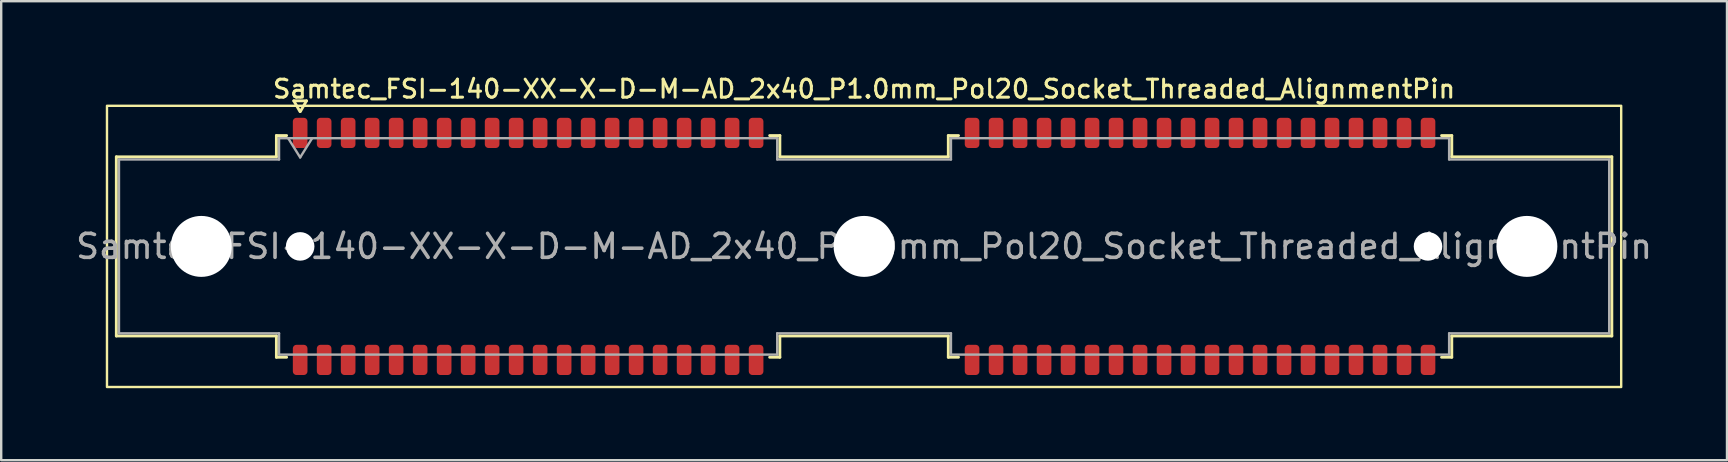
<source format=kicad_pcb>
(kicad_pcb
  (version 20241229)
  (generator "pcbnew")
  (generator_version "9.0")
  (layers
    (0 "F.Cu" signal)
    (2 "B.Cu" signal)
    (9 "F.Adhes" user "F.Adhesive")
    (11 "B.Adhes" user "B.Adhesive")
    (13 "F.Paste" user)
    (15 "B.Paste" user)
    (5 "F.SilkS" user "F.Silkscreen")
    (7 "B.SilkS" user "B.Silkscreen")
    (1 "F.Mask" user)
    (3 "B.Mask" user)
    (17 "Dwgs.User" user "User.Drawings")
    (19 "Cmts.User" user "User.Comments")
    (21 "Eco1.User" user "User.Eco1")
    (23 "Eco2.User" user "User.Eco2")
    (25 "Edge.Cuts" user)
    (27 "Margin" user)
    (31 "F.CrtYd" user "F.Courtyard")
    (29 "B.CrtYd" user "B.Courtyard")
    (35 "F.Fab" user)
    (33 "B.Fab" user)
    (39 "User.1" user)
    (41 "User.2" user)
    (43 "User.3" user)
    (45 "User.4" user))
  (footprint "Samtec_FSI-140-XX-X-D-M-AD_2x40_P1.0mm_Pol20_Socket_Threaded_AlignmentPin"
    (layer "F.Cu")
    (at 32.958 7.218)
    (property "Reference" "Samtec_FSI-140-XX-X-D-M-AD_2x40_P1.0mm_Pol20_Socket_Threaded_AlignmentPin" (at 0 -6.56 0) (layer "F.SilkS") (effects (font (size 0.75 0.75) (thickness 0.125))))
    (attr smd)
    (fp_line (start -31.16 -3.733) (end -24.49 -3.733) (stroke (width 0.12) (type solid)) (layer "F.SilkS"))
    (fp_line (start -31.16 3.733) (end -31.16 -3.733) (stroke (width 0.12) (type solid)) (layer "F.SilkS"))
    (fp_line (start -24.49 -4.619) (end -24.065 -4.619) (stroke (width 0.12) (type solid)) (layer "F.SilkS"))
    (fp_line (start -24.49 -3.733) (end -24.49 -4.619) (stroke (width 0.12) (type solid)) (layer "F.SilkS"))
    (fp_line (start -24.49 3.733) (end -31.16 3.733) (stroke (width 0.12) (type solid)) (layer "F.SilkS"))
    (fp_line (start -24.49 4.619) (end -24.49 3.733) (stroke (width 0.12) (type solid)) (layer "F.SilkS"))
    (fp_line (start -24.065 4.619) (end -24.49 4.619) (stroke (width 0.12) (type solid)) (layer "F.SilkS"))
    (fp_line (start -23.764 -6.066) (end -23.507 -5.62) (stroke (width 0.12) (type solid)) (layer "F.SilkS"))
    (fp_line (start -23.493 -5.62) (end -23.236 -6.066) (stroke (width 0.12) (type solid)) (layer "F.SilkS"))
    (fp_line (start -23.236 -6.066) (end -23.764 -6.066) (stroke (width 0.12) (type solid)) (layer "F.SilkS"))
    (fp_line (start -3.935 -4.619) (end -3.51 -4.619) (stroke (width 0.12) (type solid)) (layer "F.SilkS"))
    (fp_line (start -3.51 -4.619) (end -3.51 -3.733) (stroke (width 0.12) (type solid)) (layer "F.SilkS"))
    (fp_line (start -3.51 -3.733) (end 3.51 -3.733) (stroke (width 0.12) (type solid)) (layer "F.SilkS"))
    (fp_line (start -3.51 3.733) (end -3.51 4.619) (stroke (width 0.12) (type solid)) (layer "F.SilkS"))
    (fp_line (start -3.51 4.619) (end -3.935 4.619) (stroke (width 0.12) (type solid)) (layer "F.SilkS"))
    (fp_line (start 3.51 -4.619) (end 3.935 -4.619) (stroke (width 0.12) (type solid)) (layer "F.SilkS"))
    (fp_line (start 3.51 -3.733) (end 3.51 -4.619) (stroke (width 0.12) (type solid)) (layer "F.SilkS"))
    (fp_line (start 3.51 3.733) (end -3.51 3.733) (stroke (width 0.12) (type solid)) (layer "F.SilkS"))
    (fp_line (start 3.51 4.619) (end 3.51 3.733) (stroke (width 0.12) (type solid)) (layer "F.SilkS"))
    (fp_line (start 3.935 4.619) (end 3.51 4.619) (stroke (width 0.12) (type solid)) (layer "F.SilkS"))
    (fp_line (start 24.065 -4.619) (end 24.49 -4.619) (stroke (width 0.12) (type solid)) (layer "F.SilkS"))
    (fp_line (start 24.49 -4.619) (end 24.49 -3.733) (stroke (width 0.12) (type solid)) (layer "F.SilkS"))
    (fp_line (start 24.49 -3.733) (end 31.16 -3.733) (stroke (width 0.12) (type solid)) (layer "F.SilkS"))
    (fp_line (start 24.49 3.733) (end 24.49 4.619) (stroke (width 0.12) (type solid)) (layer "F.SilkS"))
    (fp_line (start 24.49 4.619) (end 24.065 4.619) (stroke (width 0.12) (type solid)) (layer "F.SilkS"))
    (fp_line (start 31.16 -3.733) (end 31.16 3.733) (stroke (width 0.12) (type solid)) (layer "F.SilkS"))
    (fp_line (start 31.16 3.733) (end 24.49 3.733) (stroke (width 0.12) (type solid)) (layer "F.SilkS"))
    (fp_rect (start -31.55 -5.86) (end 31.55 5.86) (stroke (width 0.1) (type solid)) (fill no) (layer "F.SilkS"))
    (fp_line (start -31.05 -3.623) (end -24.38 -3.623) (stroke (width 0.1) (type solid)) (layer "F.Fab"))
    (fp_line (start -31.05 3.623) (end -31.05 -3.623) (stroke (width 0.1) (type solid)) (layer "F.Fab"))
    (fp_line (start -24.38 -4.508) (end -3.62 -4.508) (stroke (width 0.1) (type solid)) (layer "F.Fab"))
    (fp_line (start -24.38 -3.623) (end -24.38 -4.508) (stroke (width 0.1) (type solid)) (layer "F.Fab"))
    (fp_line (start -24.38 3.623) (end -31.05 3.623) (stroke (width 0.1) (type solid)) (layer "F.Fab"))
    (fp_line (start -24.38 4.508) (end -24.38 3.623) (stroke (width 0.1) (type solid)) (layer "F.Fab"))
    (fp_line (start -24 -4.508) (end -23.5 -3.708) (stroke (width 0.1) (type solid)) (layer "F.Fab"))
    (fp_line (start -23.5 -3.708) (end -23 -4.508) (stroke (width 0.1) (type solid)) (layer "F.Fab"))
    (fp_line (start -3.62 -4.508) (end -3.62 -3.623) (stroke (width 0.1) (type solid)) (layer "F.Fab"))
    (fp_line (start -3.62 -3.623) (end 3.62 -3.623) (stroke (width 0.1) (type solid)) (layer "F.Fab"))
    (fp_line (start -3.62 3.623) (end -3.62 4.508) (stroke (width 0.1) (type solid)) (layer "F.Fab"))
    (fp_line (start -3.62 4.508) (end -24.38 4.508) (stroke (width 0.1) (type solid)) (layer "F.Fab"))
    (fp_line (start 3.62 -4.508) (end 24.38 -4.508) (stroke (width 0.1) (type solid)) (layer "F.Fab"))
    (fp_line (start 3.62 -3.623) (end 3.62 -4.508) (stroke (width 0.1) (type solid)) (layer "F.Fab"))
    (fp_line (start 3.62 3.623) (end -3.62 3.623) (stroke (width 0.1) (type solid)) (layer "F.Fab"))
    (fp_line (start 3.62 4.508) (end 3.62 3.623) (stroke (width 0.1) (type solid)) (layer "F.Fab"))
    (fp_line (start 24.38 -4.508) (end 24.38 -3.623) (stroke (width 0.1) (type solid)) (layer "F.Fab"))
    (fp_line (start 24.38 -3.623) (end 31.05 -3.623) (stroke (width 0.1) (type solid)) (layer "F.Fab"))
    (fp_line (start 24.38 3.623) (end 24.38 4.508) (stroke (width 0.1) (type solid)) (layer "F.Fab"))
    (fp_line (start 24.38 4.508) (end 3.62 4.508) (stroke (width 0.1) (type solid)) (layer "F.Fab"))
    (fp_line (start 31.05 -3.623) (end 31.05 3.623) (stroke (width 0.1) (type solid)) (layer "F.Fab"))
    (fp_line (start 31.05 3.623) (end 24.38 3.623) (stroke (width 0.1) (type solid)) (layer "F.Fab"))
    (fp_text user "${REFERENCE}" (at 0 0 0) (layer "F.Fab") (effects (font (size 1 1) (thickness 0.15))))
    (pad "" np_thru_hole circle (at -27.62 0) (size 2.54 2.54) (drill 2.54) (layers "*.Cu" "*.Mask"))
    (pad "" np_thru_hole circle (at -23.5 0) (size 1.19 1.19) (drill 1.19) (layers "*.Cu" "*.Mask"))
    (pad "" np_thru_hole circle (at 0 0) (size 2.54 2.54) (drill 2.54) (layers "*.Cu" "*.Mask"))
    (pad "" np_thru_hole circle (at 23.5 0) (size 1.19 1.19) (drill 1.19) (layers "*.Cu" "*.Mask"))
    (pad "" np_thru_hole circle (at 27.62 0) (size 2.54 2.54) (drill 2.54) (layers "*.Cu" "*.Mask"))
    (pad "1" smd roundrect (at -23.5 -4.73) (size 0.61 1.26) (layers "F.Cu" "F.Mask" "F.Paste") (roundrect_rratio 0.25))
    (pad "2" smd roundrect (at -23.5 4.73) (size 0.61 1.26) (layers "F.Cu" "F.Mask" "F.Paste") (roundrect_rratio 0.25))
    (pad "3" smd roundrect (at -22.5 -4.73) (size 0.61 1.26) (layers "F.Cu" "F.Mask" "F.Paste") (roundrect_rratio 0.25))
    (pad "4" smd roundrect (at -22.5 4.73) (size 0.61 1.26) (layers "F.Cu" "F.Mask" "F.Paste") (roundrect_rratio 0.25))
    (pad "5" smd roundrect (at -21.5 -4.73) (size 0.61 1.26) (layers "F.Cu" "F.Mask" "F.Paste") (roundrect_rratio 0.25))
    (pad "6" smd roundrect (at -21.5 4.73) (size 0.61 1.26) (layers "F.Cu" "F.Mask" "F.Paste") (roundrect_rratio 0.25))
    (pad "7" smd roundrect (at -20.5 -4.73) (size 0.61 1.26) (layers "F.Cu" "F.Mask" "F.Paste") (roundrect_rratio 0.25))
    (pad "8" smd roundrect (at -20.5 4.73) (size 0.61 1.26) (layers "F.Cu" "F.Mask" "F.Paste") (roundrect_rratio 0.25))
    (pad "9" smd roundrect (at -19.5 -4.73) (size 0.61 1.26) (layers "F.Cu" "F.Mask" "F.Paste") (roundrect_rratio 0.25))
    (pad "10" smd roundrect (at -19.5 4.73) (size 0.61 1.26) (layers "F.Cu" "F.Mask" "F.Paste") (roundrect_rratio 0.25))
    (pad "11" smd roundrect (at -18.5 -4.73) (size 0.61 1.26) (layers "F.Cu" "F.Mask" "F.Paste") (roundrect_rratio 0.25))
    (pad "12" smd roundrect (at -18.5 4.73) (size 0.61 1.26) (layers "F.Cu" "F.Mask" "F.Paste") (roundrect_rratio 0.25))
    (pad "13" smd roundrect (at -17.5 -4.73) (size 0.61 1.26) (layers "F.Cu" "F.Mask" "F.Paste") (roundrect_rratio 0.25))
    (pad "14" smd roundrect (at -17.5 4.73) (size 0.61 1.26) (layers "F.Cu" "F.Mask" "F.Paste") (roundrect_rratio 0.25))
    (pad "15" smd roundrect (at -16.5 -4.73) (size 0.61 1.26) (layers "F.Cu" "F.Mask" "F.Paste") (roundrect_rratio 0.25))
    (pad "16" smd roundrect (at -16.5 4.73) (size 0.61 1.26) (layers "F.Cu" "F.Mask" "F.Paste") (roundrect_rratio 0.25))
    (pad "17" smd roundrect (at -15.5 -4.73) (size 0.61 1.26) (layers "F.Cu" "F.Mask" "F.Paste") (roundrect_rratio 0.25))
    (pad "18" smd roundrect (at -15.5 4.73) (size 0.61 1.26) (layers "F.Cu" "F.Mask" "F.Paste") (roundrect_rratio 0.25))
    (pad "19" smd roundrect (at -14.5 -4.73) (size 0.61 1.26) (layers "F.Cu" "F.Mask" "F.Paste") (roundrect_rratio 0.25))
    (pad "20" smd roundrect (at -14.5 4.73) (size 0.61 1.26) (layers "F.Cu" "F.Mask" "F.Paste") (roundrect_rratio 0.25))
    (pad "21" smd roundrect (at -13.5 -4.73) (size 0.61 1.26) (layers "F.Cu" "F.Mask" "F.Paste") (roundrect_rratio 0.25))
    (pad "22" smd roundrect (at -13.5 4.73) (size 0.61 1.26) (layers "F.Cu" "F.Mask" "F.Paste") (roundrect_rratio 0.25))
    (pad "23" smd roundrect (at -12.5 -4.73) (size 0.61 1.26) (layers "F.Cu" "F.Mask" "F.Paste") (roundrect_rratio 0.25))
    (pad "24" smd roundrect (at -12.5 4.73) (size 0.61 1.26) (layers "F.Cu" "F.Mask" "F.Paste") (roundrect_rratio 0.25))
    (pad "25" smd roundrect (at -11.5 -4.73) (size 0.61 1.26) (layers "F.Cu" "F.Mask" "F.Paste") (roundrect_rratio 0.25))
    (pad "26" smd roundrect (at -11.5 4.73) (size 0.61 1.26) (layers "F.Cu" "F.Mask" "F.Paste") (roundrect_rratio 0.25))
    (pad "27" smd roundrect (at -10.5 -4.73) (size 0.61 1.26) (layers "F.Cu" "F.Mask" "F.Paste") (roundrect_rratio 0.25))
    (pad "28" smd roundrect (at -10.5 4.73) (size 0.61 1.26) (layers "F.Cu" "F.Mask" "F.Paste") (roundrect_rratio 0.25))
    (pad "29" smd roundrect (at -9.5 -4.73) (size 0.61 1.26) (layers "F.Cu" "F.Mask" "F.Paste") (roundrect_rratio 0.25))
    (pad "30" smd roundrect (at -9.5 4.73) (size 0.61 1.26) (layers "F.Cu" "F.Mask" "F.Paste") (roundrect_rratio 0.25))
    (pad "31" smd roundrect (at -8.5 -4.73) (size 0.61 1.26) (layers "F.Cu" "F.Mask" "F.Paste") (roundrect_rratio 0.25))
    (pad "32" smd roundrect (at -8.5 4.73) (size 0.61 1.26) (layers "F.Cu" "F.Mask" "F.Paste") (roundrect_rratio 0.25))
    (pad "33" smd roundrect (at -7.5 -4.73) (size 0.61 1.26) (layers "F.Cu" "F.Mask" "F.Paste") (roundrect_rratio 0.25))
    (pad "34" smd roundrect (at -7.5 4.73) (size 0.61 1.26) (layers "F.Cu" "F.Mask" "F.Paste") (roundrect_rratio 0.25))
    (pad "35" smd roundrect (at -6.5 -4.73) (size 0.61 1.26) (layers "F.Cu" "F.Mask" "F.Paste") (roundrect_rratio 0.25))
    (pad "36" smd roundrect (at -6.5 4.73) (size 0.61 1.26) (layers "F.Cu" "F.Mask" "F.Paste") (roundrect_rratio 0.25))
    (pad "37" smd roundrect (at -5.5 -4.73) (size 0.61 1.26) (layers "F.Cu" "F.Mask" "F.Paste") (roundrect_rratio 0.25))
    (pad "38" smd roundrect (at -5.5 4.73) (size 0.61 1.26) (layers "F.Cu" "F.Mask" "F.Paste") (roundrect_rratio 0.25))
    (pad "39" smd roundrect (at -4.5 -4.73) (size 0.61 1.26) (layers "F.Cu" "F.Mask" "F.Paste") (roundrect_rratio 0.25))
    (pad "40" smd roundrect (at -4.5 4.73) (size 0.61 1.26) (layers "F.Cu" "F.Mask" "F.Paste") (roundrect_rratio 0.25))
    (pad "41" smd roundrect (at 4.5 -4.73) (size 0.61 1.26) (layers "F.Cu" "F.Mask" "F.Paste") (roundrect_rratio 0.25))
    (pad "42" smd roundrect (at 4.5 4.73) (size 0.61 1.26) (layers "F.Cu" "F.Mask" "F.Paste") (roundrect_rratio 0.25))
    (pad "43" smd roundrect (at 5.5 -4.73) (size 0.61 1.26) (layers "F.Cu" "F.Mask" "F.Paste") (roundrect_rratio 0.25))
    (pad "44" smd roundrect (at 5.5 4.73) (size 0.61 1.26) (layers "F.Cu" "F.Mask" "F.Paste") (roundrect_rratio 0.25))
    (pad "45" smd roundrect (at 6.5 -4.73) (size 0.61 1.26) (layers "F.Cu" "F.Mask" "F.Paste") (roundrect_rratio 0.25))
    (pad "46" smd roundrect (at 6.5 4.73) (size 0.61 1.26) (layers "F.Cu" "F.Mask" "F.Paste") (roundrect_rratio 0.25))
    (pad "47" smd roundrect (at 7.5 -4.73) (size 0.61 1.26) (layers "F.Cu" "F.Mask" "F.Paste") (roundrect_rratio 0.25))
    (pad "48" smd roundrect (at 7.5 4.73) (size 0.61 1.26) (layers "F.Cu" "F.Mask" "F.Paste") (roundrect_rratio 0.25))
    (pad "49" smd roundrect (at 8.5 -4.73) (size 0.61 1.26) (layers "F.Cu" "F.Mask" "F.Paste") (roundrect_rratio 0.25))
    (pad "50" smd roundrect (at 8.5 4.73) (size 0.61 1.26) (layers "F.Cu" "F.Mask" "F.Paste") (roundrect_rratio 0.25))
    (pad "51" smd roundrect (at 9.5 -4.73) (size 0.61 1.26) (layers "F.Cu" "F.Mask" "F.Paste") (roundrect_rratio 0.25))
    (pad "52" smd roundrect (at 9.5 4.73) (size 0.61 1.26) (layers "F.Cu" "F.Mask" "F.Paste") (roundrect_rratio 0.25))
    (pad "53" smd roundrect (at 10.5 -4.73) (size 0.61 1.26) (layers "F.Cu" "F.Mask" "F.Paste") (roundrect_rratio 0.25))
    (pad "54" smd roundrect (at 10.5 4.73) (size 0.61 1.26) (layers "F.Cu" "F.Mask" "F.Paste") (roundrect_rratio 0.25))
    (pad "55" smd roundrect (at 11.5 -4.73) (size 0.61 1.26) (layers "F.Cu" "F.Mask" "F.Paste") (roundrect_rratio 0.25))
    (pad "56" smd roundrect (at 11.5 4.73) (size 0.61 1.26) (layers "F.Cu" "F.Mask" "F.Paste") (roundrect_rratio 0.25))
    (pad "57" smd roundrect (at 12.5 -4.73) (size 0.61 1.26) (layers "F.Cu" "F.Mask" "F.Paste") (roundrect_rratio 0.25))
    (pad "58" smd roundrect (at 12.5 4.73) (size 0.61 1.26) (layers "F.Cu" "F.Mask" "F.Paste") (roundrect_rratio 0.25))
    (pad "59" smd roundrect (at 13.5 -4.73) (size 0.61 1.26) (layers "F.Cu" "F.Mask" "F.Paste") (roundrect_rratio 0.25))
    (pad "60" smd roundrect (at 13.5 4.73) (size 0.61 1.26) (layers "F.Cu" "F.Mask" "F.Paste") (roundrect_rratio 0.25))
    (pad "61" smd roundrect (at 14.5 -4.73) (size 0.61 1.26) (layers "F.Cu" "F.Mask" "F.Paste") (roundrect_rratio 0.25))
    (pad "62" smd roundrect (at 14.5 4.73) (size 0.61 1.26) (layers "F.Cu" "F.Mask" "F.Paste") (roundrect_rratio 0.25))
    (pad "63" smd roundrect (at 15.5 -4.73) (size 0.61 1.26) (layers "F.Cu" "F.Mask" "F.Paste") (roundrect_rratio 0.25))
    (pad "64" smd roundrect (at 15.5 4.73) (size 0.61 1.26) (layers "F.Cu" "F.Mask" "F.Paste") (roundrect_rratio 0.25))
    (pad "65" smd roundrect (at 16.5 -4.73) (size 0.61 1.26) (layers "F.Cu" "F.Mask" "F.Paste") (roundrect_rratio 0.25))
    (pad "66" smd roundrect (at 16.5 4.73) (size 0.61 1.26) (layers "F.Cu" "F.Mask" "F.Paste") (roundrect_rratio 0.25))
    (pad "67" smd roundrect (at 17.5 -4.73) (size 0.61 1.26) (layers "F.Cu" "F.Mask" "F.Paste") (roundrect_rratio 0.25))
    (pad "68" smd roundrect (at 17.5 4.73) (size 0.61 1.26) (layers "F.Cu" "F.Mask" "F.Paste") (roundrect_rratio 0.25))
    (pad "69" smd roundrect (at 18.5 -4.73) (size 0.61 1.26) (layers "F.Cu" "F.Mask" "F.Paste") (roundrect_rratio 0.25))
    (pad "70" smd roundrect (at 18.5 4.73) (size 0.61 1.26) (layers "F.Cu" "F.Mask" "F.Paste") (roundrect_rratio 0.25))
    (pad "71" smd roundrect (at 19.5 -4.73) (size 0.61 1.26) (layers "F.Cu" "F.Mask" "F.Paste") (roundrect_rratio 0.25))
    (pad "72" smd roundrect (at 19.5 4.73) (size 0.61 1.26) (layers "F.Cu" "F.Mask" "F.Paste") (roundrect_rratio 0.25))
    (pad "73" smd roundrect (at 20.5 -4.73) (size 0.61 1.26) (layers "F.Cu" "F.Mask" "F.Paste") (roundrect_rratio 0.25))
    (pad "74" smd roundrect (at 20.5 4.73) (size 0.61 1.26) (layers "F.Cu" "F.Mask" "F.Paste") (roundrect_rratio 0.25))
    (pad "75" smd roundrect (at 21.5 -4.73) (size 0.61 1.26) (layers "F.Cu" "F.Mask" "F.Paste") (roundrect_rratio 0.25))
    (pad "76" smd roundrect (at 21.5 4.73) (size 0.61 1.26) (layers "F.Cu" "F.Mask" "F.Paste") (roundrect_rratio 0.25))
    (pad "77" smd roundrect (at 22.5 -4.73) (size 0.61 1.26) (layers "F.Cu" "F.Mask" "F.Paste") (roundrect_rratio 0.25))
    (pad "78" smd roundrect (at 22.5 4.73) (size 0.61 1.26) (layers "F.Cu" "F.Mask" "F.Paste") (roundrect_rratio 0.25))
    (pad "79" smd roundrect (at 23.5 -4.73) (size 0.61 1.26) (layers "F.Cu" "F.Mask" "F.Paste") (roundrect_rratio 0.25))
    (pad "80" smd roundrect (at 23.5 4.73) (size 0.61 1.26) (layers "F.Cu" "F.Mask" "F.Paste") (roundrect_rratio 0.25)))
  (gr_rect
    (start -3 -3)
    (end 68.917 16.128)
    (stroke (width 0.1) (type default))
    (fill no)
    (layer "Edge.Cuts")))
</source>
